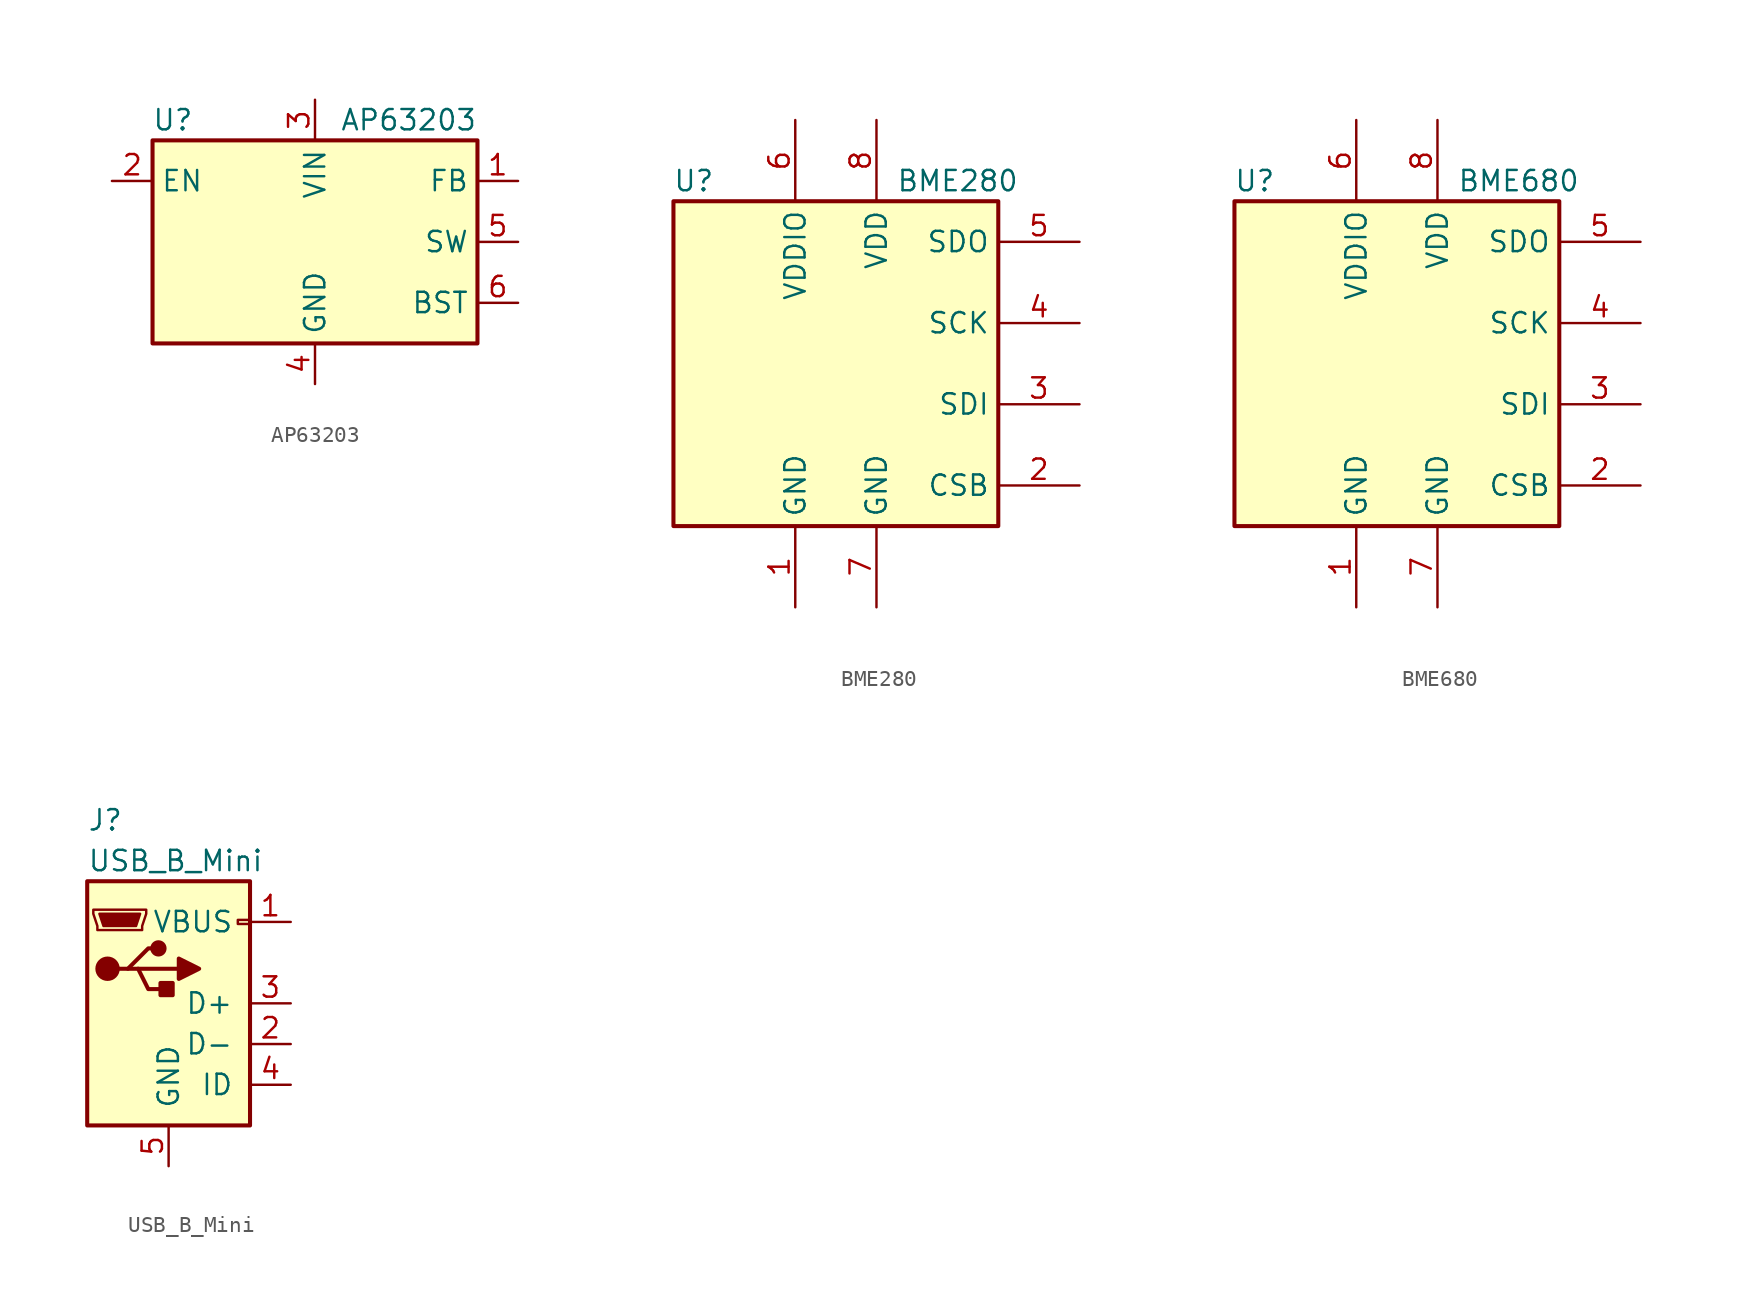
<source format=kicad_sym>
(kicad_symbol_lib
  (version 20231120)
  (generator "kicad_symbol_editor")
  (generator_version "8.0")
  (symbol "AP63203"
    (property "Reference" "U"
      (at -8.89 8.89 0)
      (effects (font (size 1.27 1.27))))
    (property "Value" "AP63203"
      (at 10.16 8.89 0)
      (effects (font (size 1.27 1.27)) (justify right)))
    (symbol "AP63203_0_1"
      (rectangle (start -10.16 7.62) (end 10.16 -5.08) (stroke (width 0.254) (type solid)) (fill (type background))))
    (symbol "AP63203_1_1"
      (pin input line (at 12.7 5.08 180) (length 2.54) (name "FB" (effects (font (size 1.27 1.27)))) (number "1" (effects (font (size 1.27 1.27)))))
      (pin input line (at -12.7 5.08 0) (length 2.54) (name "EN" (effects (font (size 1.27 1.27)))) (number "2" (effects (font (size 1.27 1.27)))))
      (pin power_in line (at 0 10.16 270) (length 2.54) (name "VIN" (effects (font (size 1.27 1.27)))) (number "3" (effects (font (size 1.27 1.27)))))
      (pin power_in line (at 0 -7.62 90) (length 2.54) (name "GND" (effects (font (size 1.27 1.27)))) (number "4" (effects (font (size 1.27 1.27)))))
      (pin power_out line (at 12.7 1.27 180) (length 2.54) (name "SW" (effects (font (size 1.27 1.27)))) (number "5" (effects (font (size 1.27 1.27)))))
      (pin input line (at 12.7 -2.54 180) (length 2.54) (name "BST" (effects (font (size 1.27 1.27)))) (number "6" (effects (font (size 1.27 1.27)))))))
  (symbol "BME280"
    (property "Reference" "U"
      (at -8.89 11.43 0)
      (effects (font (size 1.27 1.27))))
    (property "Value" "BME280"
      (at 7.62 11.43 0)
      (effects (font (size 1.27 1.27))))
    (symbol "BME280_0_1"
      (rectangle (start -10.16 10.16) (end 10.16 -10.16) (stroke (width 0.254) (type solid)) (fill (type background))))
    (symbol "BME280_1_1"
      (pin power_in line (at -2.54 -15.24 90) (length 5.08) (name "GND" (effects (font (size 1.27 1.27)))) (number "1" (effects (font (size 1.27 1.27)))))
      (pin input line (at 15.24 -7.62 180) (length 5.08) (name "CSB" (effects (font (size 1.27 1.27)))) (number "2" (effects (font (size 1.27 1.27)))))
      (pin bidirectional line (at 15.24 -2.54 180) (length 5.08) (name "SDI" (effects (font (size 1.27 1.27)))) (number "3" (effects (font (size 1.27 1.27)))))
      (pin input line (at 15.24 2.54 180) (length 5.08) (name "SCK" (effects (font (size 1.27 1.27)))) (number "4" (effects (font (size 1.27 1.27)))))
      (pin bidirectional line (at 15.24 7.62 180) (length 5.08) (name "SDO" (effects (font (size 1.27 1.27)))) (number "5" (effects (font (size 1.27 1.27)))))
      (pin power_in line (at -2.54 15.24 270) (length 5.08) (name "VDDIO" (effects (font (size 1.27 1.27)))) (number "6" (effects (font (size 1.27 1.27)))))
      (pin power_in line (at 2.54 -15.24 90) (length 5.08) (name "GND" (effects (font (size 1.27 1.27)))) (number "7" (effects (font (size 1.27 1.27)))))
      (pin power_in line (at 2.54 15.24 270) (length 5.08) (name "VDD" (effects (font (size 1.27 1.27)))) (number "8" (effects (font (size 1.27 1.27)))))))
  (symbol "BME680"
    (property "Reference" "U"
      (at -8.89 11.43 0)
      (effects (font (size 1.27 1.27))))
    (property "Value" "BME680"
      (at 7.62 11.43 0)
      (effects (font (size 1.27 1.27))))
    (symbol "BME680_0_1"
      (rectangle (start -10.16 10.16) (end 10.16 -10.16) (stroke (width 0.254) (type solid)) (fill (type background))))
    (symbol "BME680_1_1"
      (pin power_in line (at -2.54 -15.24 90) (length 5.08) (name "GND" (effects (font (size 1.27 1.27)))) (number "1" (effects (font (size 1.27 1.27)))))
      (pin input line (at 15.24 -7.62 180) (length 5.08) (name "CSB" (effects (font (size 1.27 1.27)))) (number "2" (effects (font (size 1.27 1.27)))))
      (pin bidirectional line (at 15.24 -2.54 180) (length 5.08) (name "SDI" (effects (font (size 1.27 1.27)))) (number "3" (effects (font (size 1.27 1.27)))))
      (pin input line (at 15.24 2.54 180) (length 5.08) (name "SCK" (effects (font (size 1.27 1.27)))) (number "4" (effects (font (size 1.27 1.27)))))
      (pin bidirectional line (at 15.24 7.62 180) (length 5.08) (name "SDO" (effects (font (size 1.27 1.27)))) (number "5" (effects (font (size 1.27 1.27)))))
      (pin power_in line (at -2.54 15.24 270) (length 5.08) (name "VDDIO" (effects (font (size 1.27 1.27)))) (number "6" (effects (font (size 1.27 1.27)))))
      (pin power_in line (at 2.54 -15.24 90) (length 5.08) (name "GND" (effects (font (size 1.27 1.27)))) (number "7" (effects (font (size 1.27 1.27)))))
      (pin power_in line (at 2.54 15.24 270) (length 5.08) (name "VDD" (effects (font (size 1.27 1.27)))) (number "8" (effects (font (size 1.27 1.27)))))))
  (symbol "USB_B_Mini"
    (pin_names
      (offset 1.016))
    (property "Reference" "J"
      (at -5.08 11.43 0)
      (effects (font (size 1.27 1.27)) (justify left)))
    (property "Value" "USB_B_Mini"
      (at -5.08 8.89 0)
      (effects (font (size 1.27 1.27)) (justify left)))
    (symbol "USB_B_Mini_0_1"
      (circle (center -3.81 2.159) (radius 0.635) (stroke (width 0.254) (type solid)) (fill (type outline)))
      (circle (center -0.635 3.429) (radius 0.381) (stroke (width 0.254) (type solid)) (fill (type outline)))
      (polyline (pts (xy -1.905 2.159) (xy 0.635 2.159)) (stroke (width 0.254) (type solid)) (fill (type none)))
      (polyline (pts (xy -3.175 2.159) (xy -2.54 2.159) (xy -1.27 3.429) (xy -0.635 3.429)) (stroke (width 0.254) (type solid)) (fill (type none)))
      (polyline (pts (xy -2.54 2.159) (xy -1.905 2.159) (xy -1.27 0.889) (xy 0 0.889)) (stroke (width 0.254) (type solid)) (fill (type none)))
      (polyline (pts (xy 0.635 2.794) (xy 0.635 1.524) (xy 1.905 2.159) (xy 0.635 2.794)) (stroke (width 0.254) (type solid)) (fill (type outline)))
      (polyline (pts (xy -4.318 5.588) (xy -1.778 5.588) (xy -2.032 4.826) (xy -4.064 4.826) (xy -4.318 5.588)) (stroke (width 0) (type solid)) (fill (type outline)))
      (polyline (pts (xy -4.699 5.842) (xy -4.699 5.588) (xy -4.445 4.826) (xy -4.445 4.572) (xy -1.651 4.572) (xy -1.651 4.826) (xy -1.397 5.588) (xy -1.397 5.842) (xy -4.699 5.842)) (stroke (width 0) (type solid)) (fill (type none)))
      (rectangle (start 0.254 1.27) (end -0.508 0.508) (stroke (width 0.254) (type solid)) (fill (type outline)))
      (rectangle (start 5.08 4.953) (end 4.318 5.207) (stroke (width 0) (type solid)) (fill (type none))))
    (symbol "USB_B_Mini_1_1"
      (rectangle (start -5.08 7.62) (end 5.08 -7.62) (stroke (width 0.254) (type solid)) (fill (type background)))
      (pin power_out line (at 7.62 5.08 180) (length 2.54) (name "VBUS" (effects (font (size 1.27 1.27)))) (number "1" (effects (font (size 1.27 1.27)))))
      (pin bidirectional line (at 7.62 -2.54 180) (length 2.54) (name "D-" (effects (font (size 1.27 1.27)))) (number "2" (effects (font (size 1.27 1.27)))))
      (pin bidirectional line (at 7.62 0 180) (length 2.54) (name "D+" (effects (font (size 1.27 1.27)))) (number "3" (effects (font (size 1.27 1.27)))))
      (pin passive line (at 7.62 -5.08 180) (length 2.54) (name "ID" (effects (font (size 1.27 1.27)))) (number "4" (effects (font (size 1.27 1.27)))))
      (pin power_out line (at 0 -10.16 90) (length 2.54) (name "GND" (effects (font (size 1.27 1.27)))) (number "5" (effects (font (size 1.27 1.27))))))))
</source>
